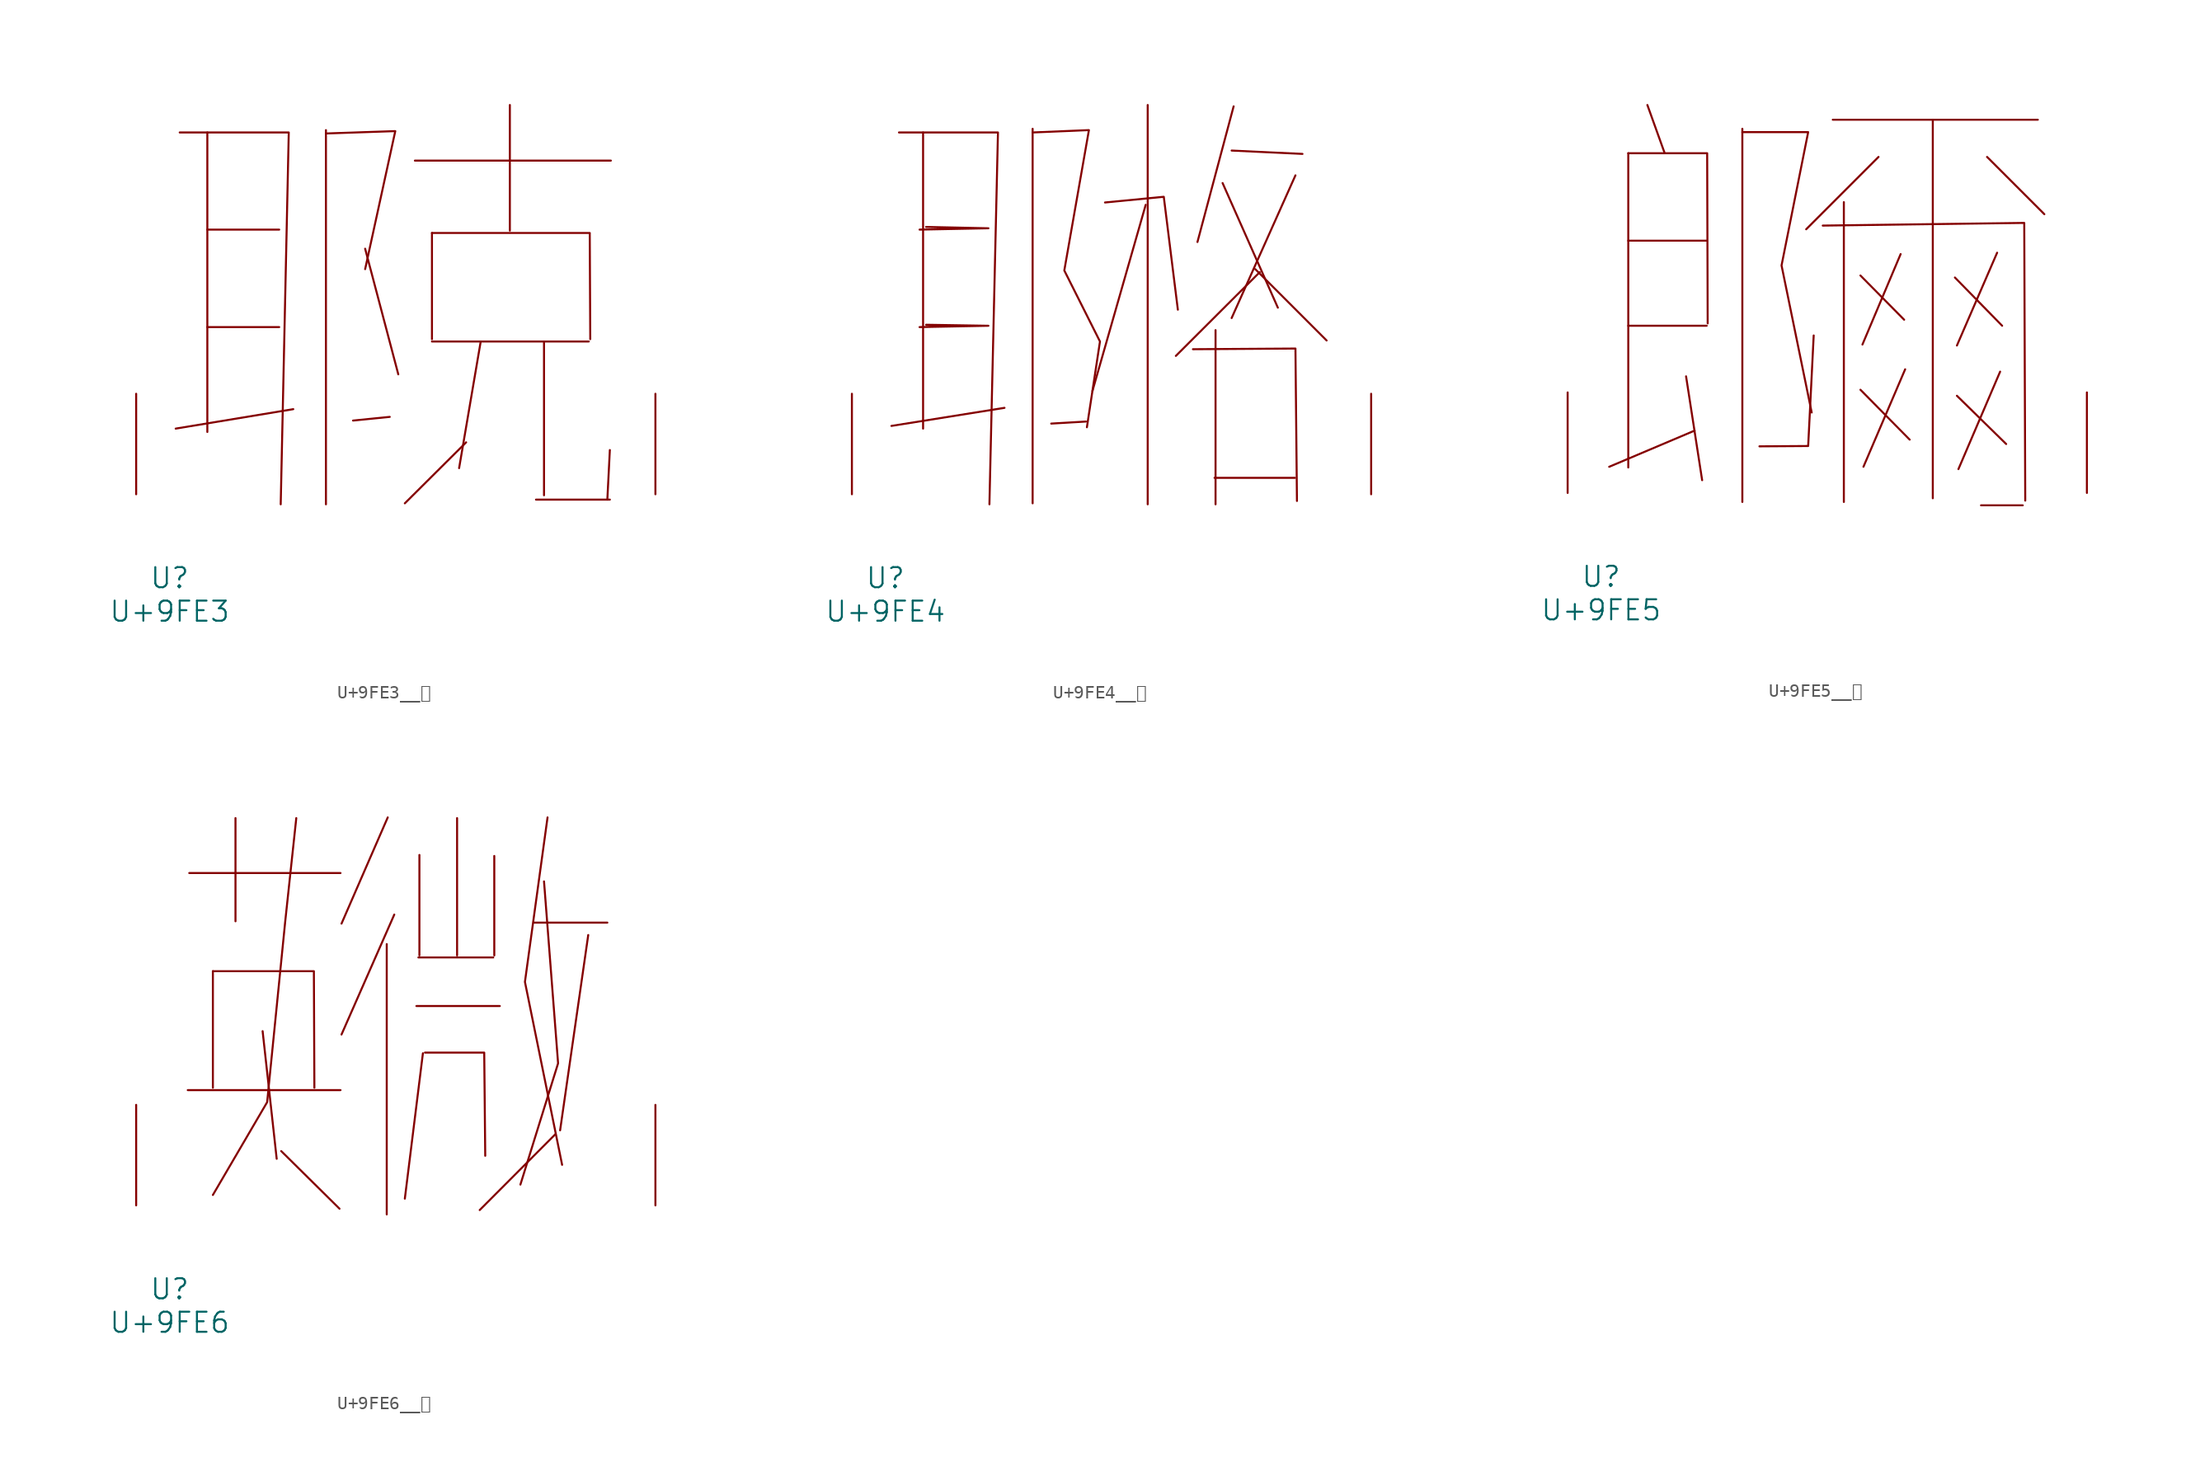
<source format=kicad_sym>
(kicad_symbol_lib
  (version 20231120)
  (generator "kicad_symbol_editor")
  (generator_version "8.0")
  (symbol "U+9FE3__鿣"
    (pin_names
      (offset 1.016))
    (property "Reference" "U"
      (at 0 -6.35 0)
      (effects (font (size 1.524 1.524))))
    (property "Value" "U+9FE3"
      (at 0 -8.89 0)
      (effects (font (size 1.524 1.524))))
    (symbol "U+9FE3__鿣_0_1"
      (polyline (pts (xy 2.857 12.675) (xy 8.306 12.675)) (stroke (width 0) (type solid)) (fill (type none)))
      (polyline (pts (xy 2.857 20.066) (xy 8.306 20.066)) (stroke (width 0) (type solid)) (fill (type none)))
      (polyline (pts (xy 2.857 27.432) (xy 2.857 4.724)) (stroke (width 0) (type solid)) (fill (type none)))
      (polyline (pts (xy 9.373 6.452) (xy 0.457 4.978)) (stroke (width 0) (type solid)) (fill (type none)))
      (polyline (pts (xy 11.849 27.61) (xy 11.849 -0.762)) (stroke (width 0) (type solid)) (fill (type none)))
      (polyline (pts (xy 14.821 18.618) (xy 17.335 9.093)) (stroke (width 0) (type solid)) (fill (type none)))
      (polyline (pts (xy 16.688 5.867) (xy 13.906 5.588)) (stroke (width 0) (type solid)) (fill (type none)))
      (polyline (pts (xy 18.593 25.298) (xy 33.452 25.298)) (stroke (width 0) (type solid)) (fill (type none)))
      (polyline (pts (xy 19.888 11.582) (xy 31.775 11.582)) (stroke (width 0) (type solid)) (fill (type none)))
      (polyline (pts (xy 19.888 19.812) (xy 19.888 11.76)) (stroke (width 0) (type solid)) (fill (type none)))
      (polyline (pts (xy 22.479 3.937) (xy 17.831 -0.686)) (stroke (width 0) (type solid)) (fill (type none)))
      (polyline (pts (xy 23.584 11.582) (xy 21.946 1.981)) (stroke (width 0) (type solid)) (fill (type none)))
      (polyline (pts (xy 25.794 29.515) (xy 25.794 19.99)) (stroke (width 0) (type solid)) (fill (type none)))
      (polyline (pts (xy 27.775 -0.406) (xy 33.376 -0.406)) (stroke (width 0) (type solid)) (fill (type none)))
      (polyline (pts (xy 28.384 11.582) (xy 28.384 -0.076)) (stroke (width 0) (type solid)) (fill (type none)))
      (polyline (pts (xy 33.376 3.353) (xy 33.185 -0.406)) (stroke (width 0) (type solid)) (fill (type none)))
      (polyline (pts (xy 0.762 27.432) (xy 9.03 27.432) (xy 8.42 -0.762)) (stroke (width 0) (type solid)) (fill (type none)))
      (polyline (pts (xy 11.849 27.356) (xy 17.107 27.534) (xy 14.821 17.069)) (stroke (width 0) (type solid)) (fill (type none)))
      (polyline (pts (xy 19.888 19.812) (xy 31.852 19.812) (xy 31.89 11.76)) (stroke (width 0) (type solid)) (fill (type none)))
      (pin input line (at -2.54 0 90) (length 7.62) (name "~" (effects (font (size 1.27 1.27)))) (number "~" (effects (font (size 1.27 1.27)))))
      (pin input line (at 36.83 0 90) (length 7.62) (name "~" (effects (font (size 1.27 1.27)))) (number "~" (effects (font (size 1.27 1.27)))))))
  (symbol "U+9FE4__鿤"
    (pin_names
      (offset 1.016))
    (property "Reference" "U"
      (at 0 -6.35 0)
      (effects (font (size 1.524 1.524))))
    (property "Value" "U+9FE4"
      (at 0 -8.89 0)
      (effects (font (size 1.524 1.524))))
    (symbol "U+9FE4__鿤_0_1"
      (polyline (pts (xy 2.857 27.432) (xy 2.857 4.978)) (stroke (width 0) (type solid)) (fill (type none)))
      (polyline (pts (xy 9.03 6.553) (xy 0.457 5.182)) (stroke (width 0) (type solid)) (fill (type none)))
      (polyline (pts (xy 11.163 27.711) (xy 11.163 -0.686)) (stroke (width 0) (type solid)) (fill (type none)))
      (polyline (pts (xy 15.202 5.512) (xy 12.573 5.359)) (stroke (width 0) (type solid)) (fill (type none)))
      (polyline (pts (xy 19.736 21.946) (xy 15.697 7.823)) (stroke (width 0) (type solid)) (fill (type none)))
      (polyline (pts (xy 19.888 29.515) (xy 19.888 -0.762)) (stroke (width 0) (type solid)) (fill (type none)))
      (polyline (pts (xy 24.956 1.245) (xy 31.052 1.245)) (stroke (width 0) (type solid)) (fill (type none)))
      (polyline (pts (xy 25.032 12.446) (xy 25.032 -0.762)) (stroke (width 0) (type solid)) (fill (type none)))
      (polyline (pts (xy 25.565 23.597) (xy 29.756 14.148)) (stroke (width 0) (type solid)) (fill (type none)))
      (polyline (pts (xy 26.251 26.06) (xy 31.623 25.806)) (stroke (width 0) (type solid)) (fill (type none)))
      (polyline (pts (xy 26.403 29.413) (xy 23.66 19.126)) (stroke (width 0) (type solid)) (fill (type none)))
      (polyline (pts (xy 28.042 17.069) (xy 33.452 11.659)) (stroke (width 0) (type solid)) (fill (type none)))
      (polyline (pts (xy 28.384 16.84) (xy 22.022 10.49)) (stroke (width 0) (type solid)) (fill (type none)))
      (polyline (pts (xy 31.09 24.181) (xy 26.251 13.36)) (stroke (width 0) (type solid)) (fill (type none)))
      (polyline (pts (xy 1.029 27.432) (xy 8.534 27.432) (xy 7.887 -0.762)) (stroke (width 0) (type solid)) (fill (type none)))
      (polyline (pts (xy 3.086 12.852) (xy 7.811 12.776) (xy 2.591 12.675)) (stroke (width 0) (type solid)) (fill (type none)))
      (polyline (pts (xy 3.086 20.269) (xy 7.811 20.168) (xy 2.591 20.066)) (stroke (width 0) (type solid)) (fill (type none)))
      (polyline (pts (xy 16.65 22.123) (xy 21.107 22.555) (xy 22.174 13.995)) (stroke (width 0) (type solid)) (fill (type none)))
      (polyline (pts (xy 23.317 10.998) (xy 31.09 11.049) (xy 31.204 -0.508)) (stroke (width 0) (type solid)) (fill (type none)))
      (polyline (pts (xy 11.163 27.432) (xy 15.431 27.61) (xy 13.564 16.967) (xy 16.269 11.582) (xy 15.278 5.08)) (stroke (width 0) (type solid)) (fill (type none)))
      (pin input line (at -2.54 0 90) (length 7.62) (name "~" (effects (font (size 1.27 1.27)))) (number "~" (effects (font (size 1.27 1.27)))))
      (pin input line (at 36.83 0 90) (length 7.62) (name "~" (effects (font (size 1.27 1.27)))) (number "~" (effects (font (size 1.27 1.27)))))))
  (symbol "U+9FE5__鿥"
    (pin_names
      (offset 1.016))
    (property "Reference" "U"
      (at 0 -6.35 0)
      (effects (font (size 1.524 1.524))))
    (property "Value" "U+9FE5"
      (at 0 -8.89 0)
      (effects (font (size 1.524 1.524))))
    (symbol "U+9FE5__鿥_0_1"
      (polyline (pts (xy 2.057 12.675) (xy 8.001 12.675)) (stroke (width 0) (type solid)) (fill (type none)))
      (polyline (pts (xy 2.057 19.126) (xy 8.001 19.126)) (stroke (width 0) (type solid)) (fill (type none)))
      (polyline (pts (xy 2.057 25.756) (xy 2.057 1.93)) (stroke (width 0) (type solid)) (fill (type none)))
      (polyline (pts (xy 3.505 29.413) (xy 4.801 25.806)) (stroke (width 0) (type solid)) (fill (type none)))
      (polyline (pts (xy 6.439 8.839) (xy 7.658 0.965)) (stroke (width 0) (type solid)) (fill (type none)))
      (polyline (pts (xy 7.087 4.724) (xy 0.61 1.981)) (stroke (width 0) (type solid)) (fill (type none)))
      (polyline (pts (xy 10.706 27.61) (xy 10.706 -0.686)) (stroke (width 0) (type solid)) (fill (type none)))
      (polyline (pts (xy 17.564 28.296) (xy 33.109 28.296)) (stroke (width 0) (type solid)) (fill (type none)))
      (polyline (pts (xy 18.402 22.047) (xy 18.402 -0.686)) (stroke (width 0) (type solid)) (fill (type none)))
      (polyline (pts (xy 19.66 7.823) (xy 23.393 4.039)) (stroke (width 0) (type solid)) (fill (type none)))
      (polyline (pts (xy 19.66 16.485) (xy 22.974 13.132)) (stroke (width 0) (type solid)) (fill (type none)))
      (polyline (pts (xy 21.031 25.476) (xy 15.545 19.99)) (stroke (width 0) (type solid)) (fill (type none)))
      (polyline (pts (xy 22.708 18.11) (xy 19.812 11.252)) (stroke (width 0) (type solid)) (fill (type none)))
      (polyline (pts (xy 23.05 9.373) (xy 19.888 1.981)) (stroke (width 0) (type solid)) (fill (type none)))
      (polyline (pts (xy 25.146 28.296) (xy 25.146 -0.406)) (stroke (width 0) (type solid)) (fill (type none)))
      (polyline (pts (xy 26.822 16.332) (xy 30.404 12.675)) (stroke (width 0) (type solid)) (fill (type none)))
      (polyline (pts (xy 26.975 7.366) (xy 30.709 3.708)) (stroke (width 0) (type solid)) (fill (type none)))
      (polyline (pts (xy 28.804 -0.94) (xy 31.966 -0.94)) (stroke (width 0) (type solid)) (fill (type none)))
      (polyline (pts (xy 29.261 25.476) (xy 33.604 21.133)) (stroke (width 0) (type solid)) (fill (type none)))
      (polyline (pts (xy 30.023 18.212) (xy 26.975 11.176)) (stroke (width 0) (type solid)) (fill (type none)))
      (polyline (pts (xy 30.251 9.195) (xy 27.089 1.803)) (stroke (width 0) (type solid)) (fill (type none)))
      (polyline (pts (xy 2.057 25.756) (xy 8.039 25.756) (xy 8.077 12.852)) (stroke (width 0) (type solid)) (fill (type none)))
      (polyline (pts (xy 16.116 11.938) (xy 15.697 3.556) (xy 12.002 3.531)) (stroke (width 0) (type solid)) (fill (type none)))
      (polyline (pts (xy 16.802 20.269) (xy 32.08 20.472) (xy 32.156 -0.584)) (stroke (width 0) (type solid)) (fill (type none)))
      (polyline (pts (xy 10.706 27.356) (xy 15.697 27.356) (xy 13.678 17.247) (xy 15.964 6.096)) (stroke (width 0) (type solid)) (fill (type none)))
      (pin input line (at -2.54 0 90) (length 7.62) (name "~" (effects (font (size 1.27 1.27)))) (number "~" (effects (font (size 1.27 1.27)))))
      (pin input line (at 36.83 0 90) (length 7.62) (name "~" (effects (font (size 1.27 1.27)))) (number "~" (effects (font (size 1.27 1.27)))))))
  (symbol "U+9FE6__鿦"
    (pin_names
      (offset 1.016))
    (property "Reference" "U"
      (at 0 -6.35 0)
      (effects (font (size 1.524 1.524))))
    (property "Value" "U+9FE6"
      (at 0 -8.89 0)
      (effects (font (size 1.524 1.524))))
    (symbol "U+9FE6__鿦_0_1"
      (polyline (pts (xy 1.372 8.738) (xy 12.954 8.738)) (stroke (width 0) (type solid)) (fill (type none)))
      (polyline (pts (xy 1.486 25.197) (xy 12.954 25.197)) (stroke (width 0) (type solid)) (fill (type none)))
      (polyline (pts (xy 3.277 17.755) (xy 3.277 8.915)) (stroke (width 0) (type solid)) (fill (type none)))
      (polyline (pts (xy 4.991 29.362) (xy 4.991 21.539)) (stroke (width 0) (type solid)) (fill (type none)))
      (polyline (pts (xy 7.048 13.208) (xy 8.115 3.531)) (stroke (width 0) (type solid)) (fill (type none)))
      (polyline (pts (xy 8.458 4.115) (xy 12.878 -0.254)) (stroke (width 0) (type solid)) (fill (type none)))
      (polyline (pts (xy 16.459 19.812) (xy 16.459 -0.686)) (stroke (width 0) (type solid)) (fill (type none)))
      (polyline (pts (xy 16.535 29.413) (xy 13.03 21.361)) (stroke (width 0) (type solid)) (fill (type none)))
      (polyline (pts (xy 17.031 22.047) (xy 13.03 12.954)) (stroke (width 0) (type solid)) (fill (type none)))
      (polyline (pts (xy 18.707 15.113) (xy 25.032 15.113)) (stroke (width 0) (type solid)) (fill (type none)))
      (polyline (pts (xy 18.86 18.796) (xy 24.536 18.796)) (stroke (width 0) (type solid)) (fill (type none)))
      (polyline (pts (xy 18.936 26.568) (xy 18.936 18.948)) (stroke (width 0) (type solid)) (fill (type none)))
      (polyline (pts (xy 19.202 11.532) (xy 17.831 0.508)) (stroke (width 0) (type solid)) (fill (type none)))
      (polyline (pts (xy 21.793 29.362) (xy 21.793 18.948)) (stroke (width 0) (type solid)) (fill (type none)))
      (polyline (pts (xy 24.613 26.492) (xy 24.613 18.948)) (stroke (width 0) (type solid)) (fill (type none)))
      (polyline (pts (xy 27.622 21.438) (xy 33.185 21.438)) (stroke (width 0) (type solid)) (fill (type none)))
      (polyline (pts (xy 29.261 5.41) (xy 23.508 -0.356)) (stroke (width 0) (type solid)) (fill (type none)))
      (polyline (pts (xy 31.737 20.498) (xy 29.604 5.69)) (stroke (width 0) (type solid)) (fill (type none)))
      (polyline (pts (xy 3.277 17.755) (xy 10.935 17.755) (xy 10.973 8.915)) (stroke (width 0) (type solid)) (fill (type none)))
      (polyline (pts (xy 19.355 11.582) (xy 23.851 11.582) (xy 23.927 3.759)) (stroke (width 0) (type solid)) (fill (type none)))
      (polyline (pts (xy 28.384 24.562) (xy 29.451 10.77) (xy 26.594 1.575)) (stroke (width 0) (type solid)) (fill (type none)))
      (polyline (pts (xy 28.651 29.413) (xy 26.937 16.942) (xy 29.756 3.073)) (stroke (width 0) (type solid)) (fill (type none)))
      (polyline (pts (xy 9.601 29.362) (xy 8.763 21.539) (xy 7.391 7.823) (xy 3.277 0.787)) (stroke (width 0) (type solid)) (fill (type none)))
      (pin input line (at -2.54 0 90) (length 7.62) (name "~" (effects (font (size 1.27 1.27)))) (number "~" (effects (font (size 1.27 1.27)))))
      (pin input line (at 36.83 0 90) (length 7.62) (name "~" (effects (font (size 1.27 1.27)))) (number "~" (effects (font (size 1.27 1.27))))))))
</source>
